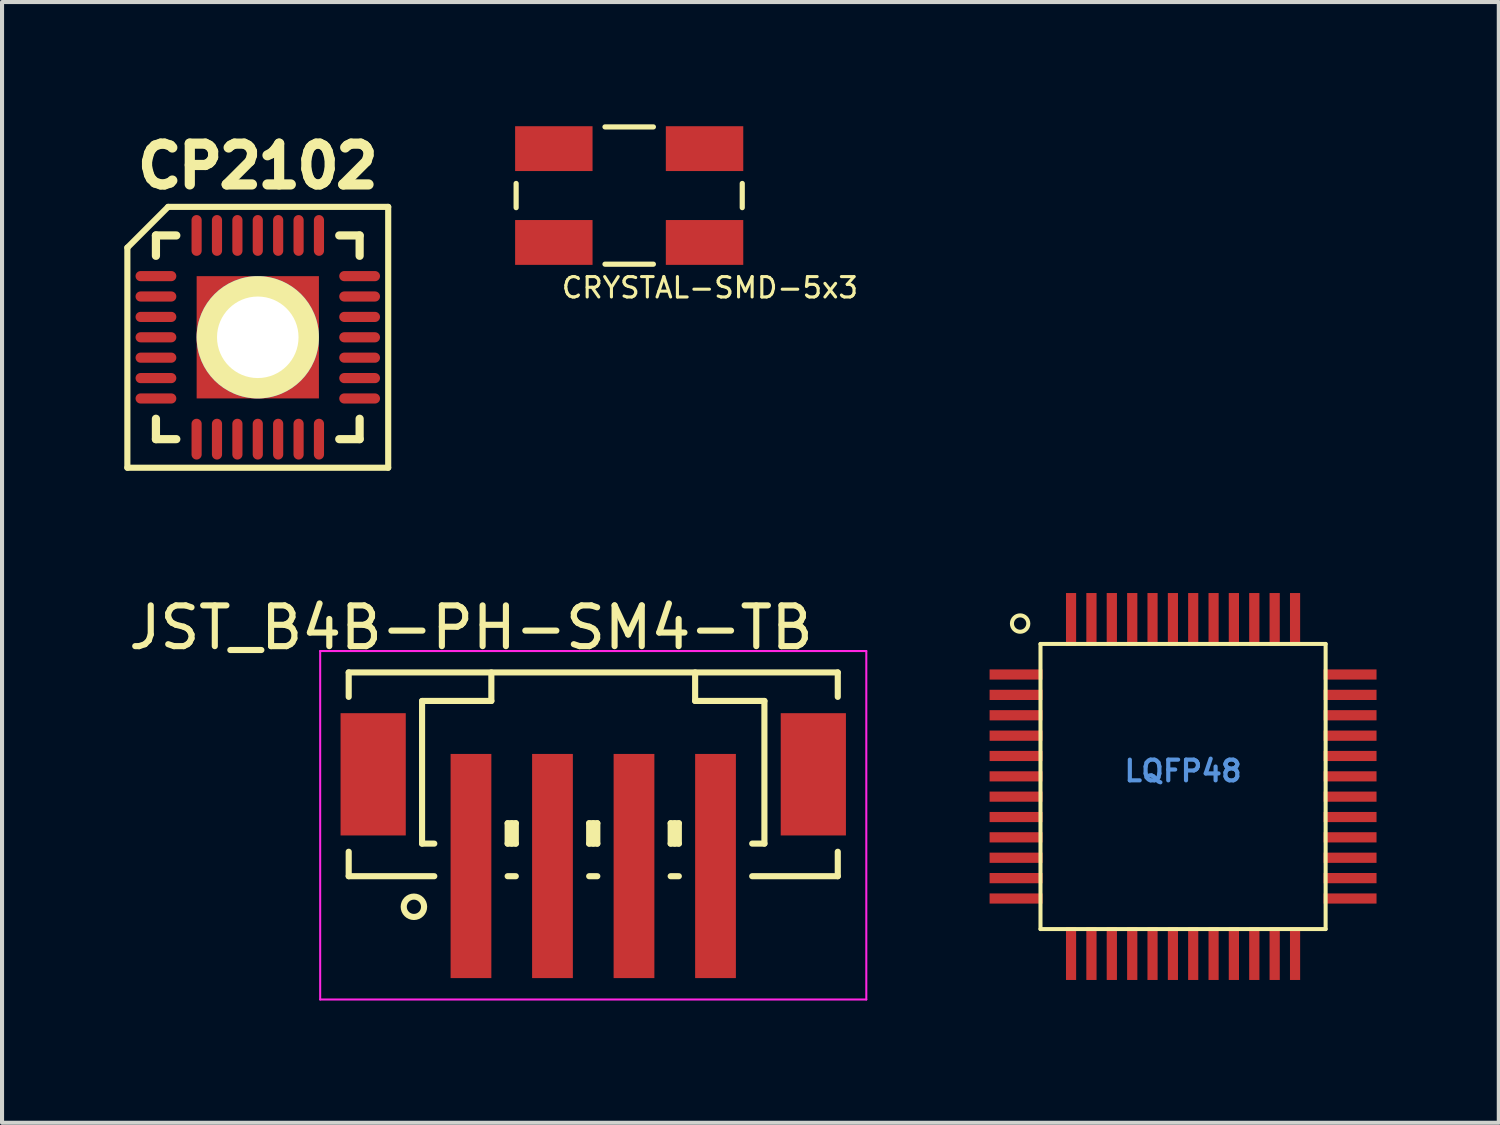
<source format=kicad_pcb>
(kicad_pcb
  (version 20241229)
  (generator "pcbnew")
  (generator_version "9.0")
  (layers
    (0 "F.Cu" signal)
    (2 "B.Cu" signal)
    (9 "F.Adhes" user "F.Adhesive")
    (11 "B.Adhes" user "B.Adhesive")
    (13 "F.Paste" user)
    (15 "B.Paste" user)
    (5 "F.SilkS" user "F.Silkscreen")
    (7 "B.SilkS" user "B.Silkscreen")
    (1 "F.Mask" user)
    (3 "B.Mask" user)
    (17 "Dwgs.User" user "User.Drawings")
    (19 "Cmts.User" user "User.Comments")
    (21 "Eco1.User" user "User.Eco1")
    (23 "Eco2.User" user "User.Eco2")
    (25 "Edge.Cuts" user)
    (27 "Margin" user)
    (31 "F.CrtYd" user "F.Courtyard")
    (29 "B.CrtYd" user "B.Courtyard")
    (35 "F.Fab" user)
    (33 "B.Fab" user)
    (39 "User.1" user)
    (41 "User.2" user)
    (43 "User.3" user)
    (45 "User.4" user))
  (footprint "CRYSTAL-SMD-5x3"
    (layer "F.Cu")
    (at 12.388 1.748)
    (property "Reference" "CRYSTAL-SMD-5x3" (at 1.981 2.261 0) (layer "F.SilkS") (effects (font (size 0.5 0.5) (thickness 0.076))))
    (attr through_hole)
    (fp_line (start -2.774 -0.297) (end -2.774 0.297) (stroke (width 0.127) (type solid)) (layer "F.SilkS"))
    (fp_line (start -0.594 -1.684) (end 0.594 -1.684) (stroke (width 0.127) (type solid)) (layer "F.SilkS"))
    (fp_line (start -0.594 1.684) (end 0.594 1.684) (stroke (width 0.127) (type solid)) (layer "F.SilkS"))
    (fp_line (start 2.774 -0.297) (end 2.774 0.297) (stroke (width 0.127) (type solid)) (layer "F.SilkS"))
    (pad "1" smd rect (at -1.849 1.151) (size 1.9 1.1) (layers "F.Cu" "F.Mask" "F.Paste"))
    (pad "2" smd rect (at 1.849 1.151) (size 1.9 1.1) (layers "F.Cu" "F.Mask" "F.Paste"))
    (pad "3" smd rect (at 1.849 -1.151) (size 1.9 1.1) (layers "F.Cu" "F.Mask" "F.Paste"))
    (pad "4" smd rect (at -1.849 -1.151) (size 1.9 1.1) (layers "F.Cu" "F.Mask" "F.Paste")))
  (footprint "JST_B4B-PH-SM4-TB"
    (layer "F.Cu")
    (at 11.506 17.074)
    (property "Reference" "JST_B4B-PH-SM4-TB" (at -3 -4.725 0) (layer "F.SilkS") (effects (font (size 1 1) (thickness 0.15))))
    (attr smd)
    (fp_line (start -6 -3.625) (end 6 -3.625) (stroke (width 0.15) (type solid)) (layer "F.SilkS"))
    (fp_line (start -6 -3.025) (end -6 -3.625) (stroke (width 0.15) (type solid)) (layer "F.SilkS"))
    (fp_line (start -6 0.775) (end -6 1.375) (stroke (width 0.15) (type solid)) (layer "F.SilkS"))
    (fp_line (start -6 1.375) (end -3.9 1.375) (stroke (width 0.15) (type solid)) (layer "F.SilkS"))
    (fp_line (start -4.2 -2.925) (end -4.2 0.575) (stroke (width 0.15) (type solid)) (layer "F.SilkS"))
    (fp_line (start -4.2 0.575) (end -3.9 0.575) (stroke (width 0.15) (type solid)) (layer "F.SilkS"))
    (fp_line (start -2.5 -3.625) (end -2.5 -2.925) (stroke (width 0.15) (type solid)) (layer "F.SilkS"))
    (fp_line (start -2.5 -2.925) (end -4.2 -2.925) (stroke (width 0.15) (type solid)) (layer "F.SilkS"))
    (fp_line (start -2.1 0.075) (end -1.9 0.075) (stroke (width 0.15) (type solid)) (layer "F.SilkS"))
    (fp_line (start -2.1 0.575) (end -2.1 0.075) (stroke (width 0.15) (type solid)) (layer "F.SilkS"))
    (fp_line (start -2.1 0.575) (end -1.9 0.575) (stroke (width 0.15) (type solid)) (layer "F.SilkS"))
    (fp_line (start -2.1 1.375) (end -1.9 1.375) (stroke (width 0.15) (type solid)) (layer "F.SilkS"))
    (fp_line (start -2 0.575) (end -2 0.075) (stroke (width 0.15) (type solid)) (layer "F.SilkS"))
    (fp_line (start -1.9 0.075) (end -1.9 0.575) (stroke (width 0.15) (type solid)) (layer "F.SilkS"))
    (fp_line (start -0.1 0.075) (end 0.1 0.075) (stroke (width 0.15) (type solid)) (layer "F.SilkS"))
    (fp_line (start -0.1 0.575) (end -0.1 0.075) (stroke (width 0.15) (type solid)) (layer "F.SilkS"))
    (fp_line (start -0.1 0.575) (end 0.1 0.575) (stroke (width 0.15) (type solid)) (layer "F.SilkS"))
    (fp_line (start -0.1 1.375) (end 0.1 1.375) (stroke (width 0.15) (type solid)) (layer "F.SilkS"))
    (fp_line (start 0 0.575) (end 0 0.075) (stroke (width 0.15) (type solid)) (layer "F.SilkS"))
    (fp_line (start 0.1 0.075) (end 0.1 0.575) (stroke (width 0.15) (type solid)) (layer "F.SilkS"))
    (fp_line (start 1.9 0.075) (end 2.1 0.075) (stroke (width 0.15) (type solid)) (layer "F.SilkS"))
    (fp_line (start 1.9 0.575) (end 1.9 0.075) (stroke (width 0.15) (type solid)) (layer "F.SilkS"))
    (fp_line (start 1.9 0.575) (end 2.1 0.575) (stroke (width 0.15) (type solid)) (layer "F.SilkS"))
    (fp_line (start 1.9 1.375) (end 2.1 1.375) (stroke (width 0.15) (type solid)) (layer "F.SilkS"))
    (fp_line (start 2 0.575) (end 2 0.075) (stroke (width 0.15) (type solid)) (layer "F.SilkS"))
    (fp_line (start 2.1 0.075) (end 2.1 0.575) (stroke (width 0.15) (type solid)) (layer "F.SilkS"))
    (fp_line (start 2.5 -3.625) (end 2.5 -2.925) (stroke (width 0.15) (type solid)) (layer "F.SilkS"))
    (fp_line (start 2.5 -2.925) (end 4.2 -2.925) (stroke (width 0.15) (type solid)) (layer "F.SilkS"))
    (fp_line (start 4.2 -2.925) (end 4.2 0.575) (stroke (width 0.15) (type solid)) (layer "F.SilkS"))
    (fp_line (start 4.2 0.575) (end 3.9 0.575) (stroke (width 0.15) (type solid)) (layer "F.SilkS"))
    (fp_line (start 6 -3.625) (end 6 -3.025) (stroke (width 0.15) (type solid)) (layer "F.SilkS"))
    (fp_line (start 6 0.775) (end 6 1.375) (stroke (width 0.15) (type solid)) (layer "F.SilkS"))
    (fp_line (start 6 1.375) (end 3.9 1.375) (stroke (width 0.15) (type solid)) (layer "F.SilkS"))
    (fp_circle (center -4.4 2.125) (end -4.15 2.125) (stroke (width 0.15) (type solid)) (fill no) (layer "F.SilkS"))
    (fp_line (start -6.7 -4.15) (end 6.7 -4.15) (stroke (width 0.05) (type solid)) (layer "F.CrtYd"))
    (fp_line (start -6.7 4.4) (end -6.7 -4.15) (stroke (width 0.05) (type solid)) (layer "F.CrtYd"))
    (fp_line (start 6.7 -4.15) (end 6.7 4.4) (stroke (width 0.05) (type solid)) (layer "F.CrtYd"))
    (fp_line (start 6.7 4.4) (end -6.7 4.4) (stroke (width 0.05) (type solid)) (layer "F.CrtYd"))
    (pad "0" smd rect (at -5.4 -1.125) (size 1.6 3) (layers "F.Cu" "F.Mask" "F.Paste"))
    (pad "0" smd rect (at 5.4 -1.125) (size 1.6 3) (layers "F.Cu" "F.Mask" "F.Paste"))
    (pad "1" smd rect (at -3 1.125) (size 1 5.5) (layers "F.Cu" "F.Mask" "F.Paste"))
    (pad "2" smd rect (at -1 1.125) (size 1 5.5) (layers "F.Cu" "F.Mask" "F.Paste"))
    (pad "3" smd rect (at 1 1.125) (size 1 5.5) (layers "F.Cu" "F.Mask" "F.Paste"))
    (pad "4" smd rect (at 3 1.125) (size 1 5.5) (layers "F.Cu" "F.Mask" "F.Paste")))
  (footprint "CP2102"
    (layer "F.Cu")
    (at 3.275 5.226)
    (property "Reference" "CP2102" (at 0 -4.201 0) (layer "F.SilkS") (effects (font (size 1.001 1.001) (thickness 0.305))))
    (attr through_hole)
    (fp_line (start -3.2 -2.2) (end -3.2 3.2) (stroke (width 0.15) (type solid)) (layer "F.SilkS"))
    (fp_line (start -3.2 3.2) (end 3.2 3.2) (stroke (width 0.15) (type solid)) (layer "F.SilkS"))
    (fp_line (start -2.499 -2.499) (end -2.499 -1.999) (stroke (width 0.201) (type solid)) (layer "F.SilkS"))
    (fp_line (start -2.499 1.999) (end -2.499 2.499) (stroke (width 0.201) (type solid)) (layer "F.SilkS"))
    (fp_line (start -2.499 2.499) (end -1.999 2.499) (stroke (width 0.201) (type solid)) (layer "F.SilkS"))
    (fp_line (start -2.2 -3.2) (end -3.2 -2.2) (stroke (width 0.15) (type solid)) (layer "F.SilkS"))
    (fp_line (start -1.999 -2.499) (end -2.499 -2.499) (stroke (width 0.201) (type solid)) (layer "F.SilkS"))
    (fp_line (start 1.999 2.499) (end 2.499 2.499) (stroke (width 0.201) (type solid)) (layer "F.SilkS"))
    (fp_line (start 2.499 -2.499) (end 1.999 -2.499) (stroke (width 0.201) (type solid)) (layer "F.SilkS"))
    (fp_line (start 2.499 -1.999) (end 2.499 -2.499) (stroke (width 0.201) (type solid)) (layer "F.SilkS"))
    (fp_line (start 2.499 2.499) (end 2.499 1.999) (stroke (width 0.201) (type solid)) (layer "F.SilkS"))
    (fp_line (start 3.2 -3.2) (end -2.2 -3.2) (stroke (width 0.15) (type solid)) (layer "F.SilkS"))
    (fp_line (start 3.2 3.2) (end 3.2 -3.2) (stroke (width 0.15) (type solid)) (layer "F.SilkS"))
    (pad "0" thru_hole circle (at 0 0) (size 3 3) (drill 2) (layers "*.Cu" "*.Mask" "F.SilkS"))
    (pad "0" smd rect (at 0 0) (size 3 3) (layers "F.Cu" "F.Mask" "F.Paste"))
    (pad "1" smd oval (at -2.499 -1.501) (size 1.001 0.249) (layers "F.Cu" "F.Mask" "F.Paste"))
    (pad "2" smd oval (at -2.499 -1.001) (size 1.001 0.249) (layers "F.Cu" "F.Mask" "F.Paste"))
    (pad "3" smd oval (at -2.499 -0.5) (size 1.001 0.249) (layers "F.Cu" "F.Mask" "F.Paste"))
    (pad "4" smd oval (at -2.499 0) (size 1.001 0.249) (layers "F.Cu" "F.Mask" "F.Paste"))
    (pad "5" smd oval (at -2.499 0.5) (size 1.001 0.249) (layers "F.Cu" "F.Mask" "F.Paste"))
    (pad "6" smd oval (at -2.499 1.001) (size 1.001 0.249) (layers "F.Cu" "F.Mask" "F.Paste"))
    (pad "7" smd oval (at -2.499 1.501) (size 1.001 0.249) (layers "F.Cu" "F.Mask" "F.Paste"))
    (pad "8" smd oval (at -1.501 2.499 90) (size 1.001 0.249) (layers "F.Cu" "F.Mask" "F.Paste"))
    (pad "9" smd oval (at -1.001 2.499 90) (size 1.001 0.249) (layers "F.Cu" "F.Mask" "F.Paste"))
    (pad "10" smd oval (at -0.5 2.499 90) (size 1.001 0.249) (layers "F.Cu" "F.Mask" "F.Paste"))
    (pad "11" smd oval (at 0 2.499 90) (size 1.001 0.249) (layers "F.Cu" "F.Mask" "F.Paste"))
    (pad "12" smd oval (at 0.5 2.499 90) (size 1.001 0.249) (layers "F.Cu" "F.Mask" "F.Paste"))
    (pad "13" smd oval (at 1.001 2.499 90) (size 1.001 0.249) (layers "F.Cu" "F.Mask" "F.Paste"))
    (pad "14" smd oval (at 1.501 2.499 90) (size 1.001 0.249) (layers "F.Cu" "F.Mask" "F.Paste"))
    (pad "15" smd oval (at 2.499 1.501 180) (size 1.001 0.249) (layers "F.Cu" "F.Mask" "F.Paste"))
    (pad "16" smd oval (at 2.499 1.001 180) (size 1.001 0.249) (layers "F.Cu" "F.Mask" "F.Paste"))
    (pad "17" smd oval (at 2.499 0.5 180) (size 1.001 0.249) (layers "F.Cu" "F.Mask" "F.Paste"))
    (pad "18" smd oval (at 2.499 0 180) (size 1.001 0.249) (layers "F.Cu" "F.Mask" "F.Paste"))
    (pad "19" smd oval (at 2.499 -0.5 180) (size 1.001 0.249) (layers "F.Cu" "F.Mask" "F.Paste"))
    (pad "20" smd oval (at 2.499 -1.001 180) (size 1.001 0.249) (layers "F.Cu" "F.Mask" "F.Paste"))
    (pad "21" smd oval (at 2.499 -1.501 180) (size 1.001 0.249) (layers "F.Cu" "F.Mask" "F.Paste"))
    (pad "22" smd oval (at 1.501 -2.499 270) (size 1.001 0.249) (layers "F.Cu" "F.Mask" "F.Paste"))
    (pad "23" smd oval (at 1.001 -2.499 270) (size 1.001 0.249) (layers "F.Cu" "F.Mask" "F.Paste"))
    (pad "24" smd oval (at 0.5 -2.499 270) (size 1.001 0.249) (layers "F.Cu" "F.Mask" "F.Paste"))
    (pad "25" smd oval (at 0 -2.499 270) (size 1.001 0.249) (layers "F.Cu" "F.Mask" "F.Paste"))
    (pad "26" smd oval (at -0.5 -2.499 270) (size 1.001 0.249) (layers "F.Cu" "F.Mask" "F.Paste"))
    (pad "27" smd oval (at -1.001 -2.499 270) (size 1.001 0.249) (layers "F.Cu" "F.Mask" "F.Paste"))
    (pad "28" smd oval (at -1.501 -2.499 270) (size 1.001 0.249) (layers "F.Cu" "F.Mask" "F.Paste")))
  (footprint "LQFP48"
    (layer "F.Cu")
    (at 25.978 16.248)
    (property "Reference" "LQFP48" (at 0 -0.381 0) (layer "Cmts.User") (effects (font (size 0.508 0.508) (thickness 0.102))))
    (attr smd)
    (fp_line (start -3.498 -3.498) (end -3.498 3.498) (stroke (width 0.099) (type solid)) (layer "F.SilkS"))
    (fp_line (start -3.498 3.498) (end 3.498 3.498) (stroke (width 0.099) (type solid)) (layer "F.SilkS"))
    (fp_line (start 3.498 -3.498) (end -3.498 -3.498) (stroke (width 0.099) (type solid)) (layer "F.SilkS"))
    (fp_line (start 3.498 3.498) (end 3.498 -3.498) (stroke (width 0.099) (type solid)) (layer "F.SilkS"))
    (fp_circle (center -3.998 -3.998) (end -3.998 -4.199) (stroke (width 0.099) (type solid)) (fill no) (layer "F.SilkS"))
    (pad "1" smd rect (at -4.097 -2.748) (size 1.3 0.249) (layers "F.Cu" "F.Mask" "F.Paste"))
    (pad "2" smd rect (at -4.097 -2.248) (size 1.3 0.251) (layers "F.Cu" "F.Mask" "F.Paste"))
    (pad "3" smd rect (at -4.097 -1.748) (size 1.3 0.251) (layers "F.Cu" "F.Mask" "F.Paste"))
    (pad "4" smd rect (at -4.097 -1.247) (size 1.3 0.251) (layers "F.Cu" "F.Mask" "F.Paste"))
    (pad "5" smd rect (at -4.097 -0.749) (size 1.3 0.249) (layers "F.Cu" "F.Mask" "F.Paste"))
    (pad "6" smd rect (at -4.097 -0.249) (size 1.3 0.249) (layers "F.Cu" "F.Mask" "F.Paste"))
    (pad "7" smd rect (at -4.097 0.249) (size 1.3 0.249) (layers "F.Cu" "F.Mask" "F.Paste"))
    (pad "8" smd rect (at -4.097 0.749) (size 1.3 0.249) (layers "F.Cu" "F.Mask" "F.Paste"))
    (pad "9" smd rect (at -4.097 1.247) (size 1.3 0.251) (layers "F.Cu" "F.Mask" "F.Paste"))
    (pad "10" smd rect (at -4.097 1.748) (size 1.3 0.251) (layers "F.Cu" "F.Mask" "F.Paste"))
    (pad "11" smd rect (at -4.097 2.248) (size 1.3 0.251) (layers "F.Cu" "F.Mask" "F.Paste"))
    (pad "12" smd rect (at -4.097 2.748) (size 1.3 0.249) (layers "F.Cu" "F.Mask" "F.Paste"))
    (pad "13" smd rect (at -2.748 4.097) (size 0.249 1.3) (layers "F.Cu" "F.Mask" "F.Paste"))
    (pad "14" smd rect (at -2.248 4.097) (size 0.251 1.3) (layers "F.Cu" "F.Mask" "F.Paste"))
    (pad "15" smd rect (at -1.748 4.097) (size 0.251 1.3) (layers "F.Cu" "F.Mask" "F.Paste"))
    (pad "16" smd rect (at -1.247 4.097) (size 0.251 1.3) (layers "F.Cu" "F.Mask" "F.Paste"))
    (pad "17" smd rect (at -0.749 4.097) (size 0.249 1.3) (layers "F.Cu" "F.Mask" "F.Paste"))
    (pad "18" smd rect (at -0.249 4.097) (size 0.249 1.3) (layers "F.Cu" "F.Mask" "F.Paste"))
    (pad "19" smd rect (at 0.249 4.097) (size 0.249 1.3) (layers "F.Cu" "F.Mask" "F.Paste"))
    (pad "20" smd rect (at 0.749 4.097) (size 0.249 1.3) (layers "F.Cu" "F.Mask" "F.Paste"))
    (pad "21" smd rect (at 1.247 4.097) (size 0.251 1.3) (layers "F.Cu" "F.Mask" "F.Paste"))
    (pad "22" smd rect (at 1.748 4.097) (size 0.251 1.3) (layers "F.Cu" "F.Mask" "F.Paste"))
    (pad "23" smd rect (at 2.248 4.097) (size 0.251 1.3) (layers "F.Cu" "F.Mask" "F.Paste"))
    (pad "24" smd rect (at 2.748 4.097) (size 0.249 1.3) (layers "F.Cu" "F.Mask" "F.Paste"))
    (pad "25" smd rect (at 4.097 2.748) (size 1.3 0.249) (layers "F.Cu" "F.Mask" "F.Paste"))
    (pad "26" smd rect (at 4.097 2.248) (size 1.3 0.251) (layers "F.Cu" "F.Mask" "F.Paste"))
    (pad "27" smd rect (at 4.097 1.748) (size 1.3 0.251) (layers "F.Cu" "F.Mask" "F.Paste"))
    (pad "28" smd rect (at 4.097 1.247) (size 1.3 0.251) (layers "F.Cu" "F.Mask" "F.Paste"))
    (pad "29" smd rect (at 4.097 0.749) (size 1.3 0.249) (layers "F.Cu" "F.Mask" "F.Paste"))
    (pad "30" smd rect (at 4.097 0.249) (size 1.3 0.249) (layers "F.Cu" "F.Mask" "F.Paste"))
    (pad "31" smd rect (at 4.097 -0.249) (size 1.3 0.249) (layers "F.Cu" "F.Mask" "F.Paste"))
    (pad "32" smd rect (at 4.097 -0.749) (size 1.3 0.249) (layers "F.Cu" "F.Mask" "F.Paste"))
    (pad "33" smd rect (at 4.097 -1.247) (size 1.3 0.251) (layers "F.Cu" "F.Mask" "F.Paste"))
    (pad "34" smd rect (at 4.097 -1.748) (size 1.3 0.251) (layers "F.Cu" "F.Mask" "F.Paste"))
    (pad "35" smd rect (at 4.097 -2.248) (size 1.3 0.251) (layers "F.Cu" "F.Mask" "F.Paste"))
    (pad "36" smd rect (at 4.097 -2.748) (size 1.3 0.249) (layers "F.Cu" "F.Mask" "F.Paste"))
    (pad "37" smd rect (at 2.748 -4.097) (size 0.249 1.3) (layers "F.Cu" "F.Mask" "F.Paste"))
    (pad "38" smd rect (at 2.248 -4.097) (size 0.251 1.3) (layers "F.Cu" "F.Mask" "F.Paste"))
    (pad "39" smd rect (at 1.748 -4.097) (size 0.251 1.3) (layers "F.Cu" "F.Mask" "F.Paste"))
    (pad "40" smd rect (at 1.247 -4.097) (size 0.251 1.3) (layers "F.Cu" "F.Mask" "F.Paste"))
    (pad "41" smd rect (at 0.749 -4.097) (size 0.249 1.3) (layers "F.Cu" "F.Mask" "F.Paste"))
    (pad "42" smd rect (at 0.249 -4.097) (size 0.249 1.3) (layers "F.Cu" "F.Mask" "F.Paste"))
    (pad "43" smd rect (at -0.249 -4.097) (size 0.249 1.3) (layers "F.Cu" "F.Mask" "F.Paste"))
    (pad "44" smd rect (at -0.749 -4.097) (size 0.249 1.3) (layers "F.Cu" "F.Mask" "F.Paste"))
    (pad "45" smd rect (at -1.247 -4.097) (size 0.251 1.3) (layers "F.Cu" "F.Mask" "F.Paste"))
    (pad "46" smd rect (at -1.748 -4.097) (size 0.251 1.3) (layers "F.Cu" "F.Mask" "F.Paste"))
    (pad "47" smd rect (at -2.248 -4.097) (size 0.251 1.3) (layers "F.Cu" "F.Mask" "F.Paste"))
    (pad "48" smd rect (at -2.748 -4.097) (size 0.249 1.3) (layers "F.Cu" "F.Mask" "F.Paste")))
  (gr_rect
    (start -3 -3)
    (end 33.725 24.499)
    (stroke (width 0.1) (type default))
    (fill no)
    (layer "Edge.Cuts")))
</source>
